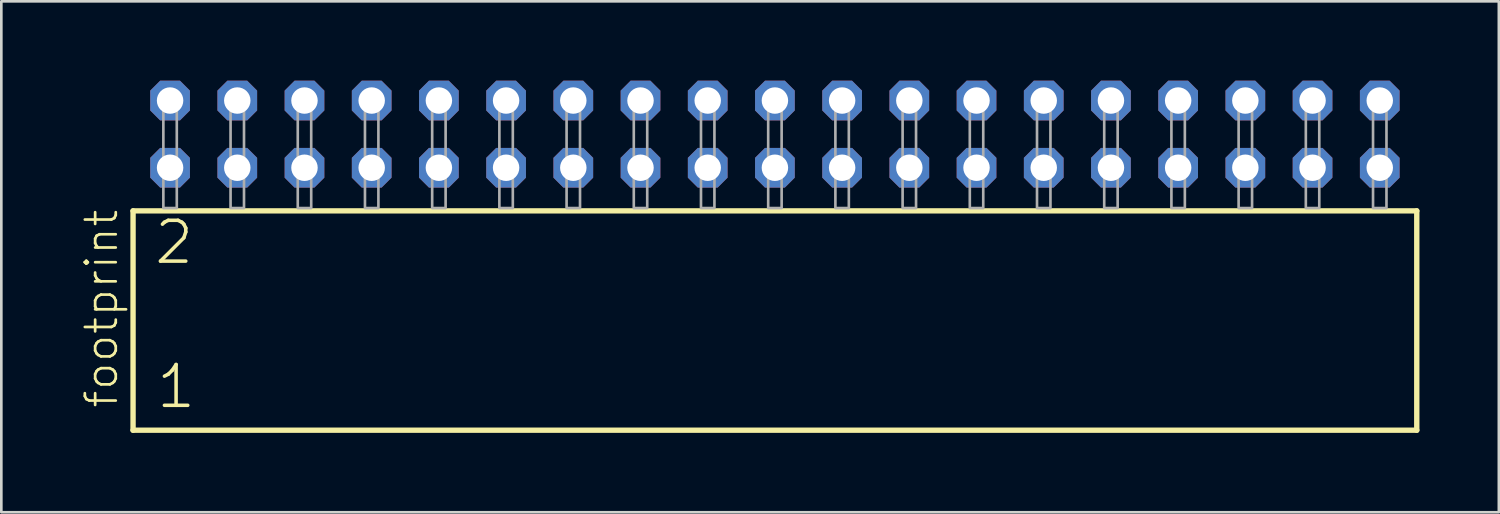
<source format=kicad_pcb>
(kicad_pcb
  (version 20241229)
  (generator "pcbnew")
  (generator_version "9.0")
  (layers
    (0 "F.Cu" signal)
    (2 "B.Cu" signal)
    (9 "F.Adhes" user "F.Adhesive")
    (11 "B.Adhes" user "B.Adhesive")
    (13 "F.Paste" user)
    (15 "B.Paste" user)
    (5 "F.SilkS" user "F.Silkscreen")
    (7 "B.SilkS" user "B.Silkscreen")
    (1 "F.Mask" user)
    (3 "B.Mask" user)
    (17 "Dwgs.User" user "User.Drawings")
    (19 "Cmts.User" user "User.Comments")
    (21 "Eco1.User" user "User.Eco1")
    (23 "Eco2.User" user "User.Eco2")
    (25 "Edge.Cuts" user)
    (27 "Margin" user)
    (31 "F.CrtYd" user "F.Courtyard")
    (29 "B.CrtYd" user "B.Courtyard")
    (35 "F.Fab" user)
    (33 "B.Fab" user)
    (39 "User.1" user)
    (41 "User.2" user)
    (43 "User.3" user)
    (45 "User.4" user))
  (footprint "footprint"
    (layer "F.Cu")
    (at 26.238 4.814)
    (property "Reference" "footprint" (at -24.765 7.62 90) (layer "F.SilkS") (effects (font (size 1.168 1.168) (thickness 0.102)) (justify left bottom)))
    (fp_line (start -24.259 0.106) (end -24.259 8.396) (stroke (width 0.203) (type solid)) (layer "F.SilkS"))
    (fp_line (start -24.259 8.396) (end 24.259 8.396) (stroke (width 0.203) (type solid)) (layer "F.SilkS"))
    (fp_line (start 24.259 0.106) (end -24.259 0.106) (stroke (width 0.203) (type solid)) (layer "F.SilkS"))
    (fp_line (start 24.259 8.396) (end 24.259 0.106) (stroke (width 0.203) (type solid)) (layer "F.SilkS"))
    (fp_poly (pts (xy -23.114 0) (xy -22.606 0) (xy -22.606 -4.318) (xy -23.114 -4.318)) (stroke (width 0.1) (type solid)) (fill no) (layer "F.Fab"))
    (fp_poly (pts (xy -20.574 0) (xy -20.066 0) (xy -20.066 -4.318) (xy -20.574 -4.318)) (stroke (width 0.1) (type solid)) (fill no) (layer "F.Fab"))
    (fp_poly (pts (xy -18.034 0) (xy -17.526 0) (xy -17.526 -4.318) (xy -18.034 -4.318)) (stroke (width 0.1) (type solid)) (fill no) (layer "F.Fab"))
    (fp_poly (pts (xy -15.494 0) (xy -14.986 0) (xy -14.986 -4.318) (xy -15.494 -4.318)) (stroke (width 0.1) (type solid)) (fill no) (layer "F.Fab"))
    (fp_poly (pts (xy -12.954 0) (xy -12.446 0) (xy -12.446 -4.318) (xy -12.954 -4.318)) (stroke (width 0.1) (type solid)) (fill no) (layer "F.Fab"))
    (fp_poly (pts (xy -10.414 0) (xy -9.906 0) (xy -9.906 -4.318) (xy -10.414 -4.318)) (stroke (width 0.1) (type solid)) (fill no) (layer "F.Fab"))
    (fp_poly (pts (xy -7.874 0) (xy -7.366 0) (xy -7.366 -4.318) (xy -7.874 -4.318)) (stroke (width 0.1) (type solid)) (fill no) (layer "F.Fab"))
    (fp_poly (pts (xy -5.334 0) (xy -4.826 0) (xy -4.826 -4.318) (xy -5.334 -4.318)) (stroke (width 0.1) (type solid)) (fill no) (layer "F.Fab"))
    (fp_poly (pts (xy -2.794 0) (xy -2.286 0) (xy -2.286 -4.318) (xy -2.794 -4.318)) (stroke (width 0.1) (type solid)) (fill no) (layer "F.Fab"))
    (fp_poly (pts (xy -0.254 0) (xy 0.254 0) (xy 0.254 -4.318) (xy -0.254 -4.318)) (stroke (width 0.1) (type solid)) (fill no) (layer "F.Fab"))
    (fp_poly (pts (xy 2.286 0) (xy 2.794 0) (xy 2.794 -4.318) (xy 2.286 -4.318)) (stroke (width 0.1) (type solid)) (fill no) (layer "F.Fab"))
    (fp_poly (pts (xy 4.826 0) (xy 5.334 0) (xy 5.334 -4.318) (xy 4.826 -4.318)) (stroke (width 0.1) (type solid)) (fill no) (layer "F.Fab"))
    (fp_poly (pts (xy 7.366 0) (xy 7.874 0) (xy 7.874 -4.318) (xy 7.366 -4.318)) (stroke (width 0.1) (type solid)) (fill no) (layer "F.Fab"))
    (fp_poly (pts (xy 9.906 0) (xy 10.414 0) (xy 10.414 -4.318) (xy 9.906 -4.318)) (stroke (width 0.1) (type solid)) (fill no) (layer "F.Fab"))
    (fp_poly (pts (xy 12.446 0) (xy 12.954 0) (xy 12.954 -4.318) (xy 12.446 -4.318)) (stroke (width 0.1) (type solid)) (fill no) (layer "F.Fab"))
    (fp_poly (pts (xy 14.986 0) (xy 15.494 0) (xy 15.494 -4.318) (xy 14.986 -4.318)) (stroke (width 0.1) (type solid)) (fill no) (layer "F.Fab"))
    (fp_poly (pts (xy 17.526 0) (xy 18.034 0) (xy 18.034 -4.318) (xy 17.526 -4.318)) (stroke (width 0.1) (type solid)) (fill no) (layer "F.Fab"))
    (fp_poly (pts (xy 20.066 0) (xy 20.574 0) (xy 20.574 -4.318) (xy 20.066 -4.318)) (stroke (width 0.1) (type solid)) (fill no) (layer "F.Fab"))
    (fp_poly (pts (xy 22.606 0) (xy 23.114 0) (xy 23.114 -4.318) (xy 22.606 -4.318)) (stroke (width 0.1) (type solid)) (fill no) (layer "F.Fab"))
    (fp_text user "2" (at -23.53 2.2 0) (layer "F.SilkS") (effects (font (size 1.542 1.542) (thickness 0.134)) (justify left bottom)))
    (fp_text user "1" (at -23.455 7.65 0) (layer "F.SilkS") (effects (font (size 1.542 1.542) (thickness 0.134)) (justify left bottom)))
    (pad "1" thru_hole roundrect (at -22.86 -1.524) (size 1.5 1.5) (drill 1) (layers "*.Cu" "*.Mask") (roundrect_rratio 0.25) (chamfer_ratio 0.25) (chamfer top_left top_right bottom_left bottom_right))
    (pad "2" thru_hole roundrect (at -22.86 -4.064) (size 1.5 1.5) (drill 1) (layers "*.Cu" "*.Mask") (roundrect_rratio 0.25) (chamfer_ratio 0.25) (chamfer top_left top_right bottom_left bottom_right))
    (pad "3" thru_hole roundrect (at -20.32 -1.524) (size 1.5 1.5) (drill 1) (layers "*.Cu" "*.Mask") (roundrect_rratio 0.25) (chamfer_ratio 0.25) (chamfer top_left top_right bottom_left bottom_right))
    (pad "4" thru_hole roundrect (at -20.32 -4.064) (size 1.5 1.5) (drill 1) (layers "*.Cu" "*.Mask") (roundrect_rratio 0.25) (chamfer_ratio 0.25) (chamfer top_left top_right bottom_left bottom_right))
    (pad "5" thru_hole roundrect (at -17.78 -1.524) (size 1.5 1.5) (drill 1) (layers "*.Cu" "*.Mask") (roundrect_rratio 0.25) (chamfer_ratio 0.25) (chamfer top_left top_right bottom_left bottom_right))
    (pad "6" thru_hole roundrect (at -17.78 -4.064) (size 1.5 1.5) (drill 1) (layers "*.Cu" "*.Mask") (roundrect_rratio 0.25) (chamfer_ratio 0.25) (chamfer top_left top_right bottom_left bottom_right))
    (pad "7" thru_hole roundrect (at -15.24 -1.524) (size 1.5 1.5) (drill 1) (layers "*.Cu" "*.Mask") (roundrect_rratio 0.25) (chamfer_ratio 0.25) (chamfer top_left top_right bottom_left bottom_right))
    (pad "8" thru_hole roundrect (at -15.24 -4.064) (size 1.5 1.5) (drill 1) (layers "*.Cu" "*.Mask") (roundrect_rratio 0.25) (chamfer_ratio 0.25) (chamfer top_left top_right bottom_left bottom_right))
    (pad "9" thru_hole roundrect (at -12.7 -1.524) (size 1.5 1.5) (drill 1) (layers "*.Cu" "*.Mask") (roundrect_rratio 0.25) (chamfer_ratio 0.25) (chamfer top_left top_right bottom_left bottom_right))
    (pad "10" thru_hole roundrect (at -12.7 -4.064) (size 1.5 1.5) (drill 1) (layers "*.Cu" "*.Mask") (roundrect_rratio 0.25) (chamfer_ratio 0.25) (chamfer top_left top_right bottom_left bottom_right))
    (pad "11" thru_hole roundrect (at -10.16 -1.524) (size 1.5 1.5) (drill 1) (layers "*.Cu" "*.Mask") (roundrect_rratio 0.25) (chamfer_ratio 0.25) (chamfer top_left top_right bottom_left bottom_right))
    (pad "12" thru_hole roundrect (at -10.16 -4.064) (size 1.5 1.5) (drill 1) (layers "*.Cu" "*.Mask") (roundrect_rratio 0.25) (chamfer_ratio 0.25) (chamfer top_left top_right bottom_left bottom_right))
    (pad "13" thru_hole roundrect (at -7.62 -1.524) (size 1.5 1.5) (drill 1) (layers "*.Cu" "*.Mask") (roundrect_rratio 0.25) (chamfer_ratio 0.25) (chamfer top_left top_right bottom_left bottom_right))
    (pad "14" thru_hole roundrect (at -7.62 -4.064) (size 1.5 1.5) (drill 1) (layers "*.Cu" "*.Mask") (roundrect_rratio 0.25) (chamfer_ratio 0.25) (chamfer top_left top_right bottom_left bottom_right))
    (pad "15" thru_hole roundrect (at -5.08 -1.524) (size 1.5 1.5) (drill 1) (layers "*.Cu" "*.Mask") (roundrect_rratio 0.25) (chamfer_ratio 0.25) (chamfer top_left top_right bottom_left bottom_right))
    (pad "16" thru_hole roundrect (at -5.08 -4.064) (size 1.5 1.5) (drill 1) (layers "*.Cu" "*.Mask") (roundrect_rratio 0.25) (chamfer_ratio 0.25) (chamfer top_left top_right bottom_left bottom_right))
    (pad "17" thru_hole roundrect (at -2.54 -1.524) (size 1.5 1.5) (drill 1) (layers "*.Cu" "*.Mask") (roundrect_rratio 0.25) (chamfer_ratio 0.25) (chamfer top_left top_right bottom_left bottom_right))
    (pad "18" thru_hole roundrect (at -2.54 -4.064) (size 1.5 1.5) (drill 1) (layers "*.Cu" "*.Mask") (roundrect_rratio 0.25) (chamfer_ratio 0.25) (chamfer top_left top_right bottom_left bottom_right))
    (pad "19" thru_hole roundrect (at 0 -1.524) (size 1.5 1.5) (drill 1) (layers "*.Cu" "*.Mask") (roundrect_rratio 0.25) (chamfer_ratio 0.25) (chamfer top_left top_right bottom_left bottom_right))
    (pad "20" thru_hole roundrect (at 0 -4.064) (size 1.5 1.5) (drill 1) (layers "*.Cu" "*.Mask") (roundrect_rratio 0.25) (chamfer_ratio 0.25) (chamfer top_left top_right bottom_left bottom_right))
    (pad "21" thru_hole roundrect (at 2.54 -1.524) (size 1.5 1.5) (drill 1) (layers "*.Cu" "*.Mask") (roundrect_rratio 0.25) (chamfer_ratio 0.25) (chamfer top_left top_right bottom_left bottom_right))
    (pad "22" thru_hole roundrect (at 2.54 -4.064) (size 1.5 1.5) (drill 1) (layers "*.Cu" "*.Mask") (roundrect_rratio 0.25) (chamfer_ratio 0.25) (chamfer top_left top_right bottom_left bottom_right))
    (pad "23" thru_hole roundrect (at 5.08 -1.524) (size 1.5 1.5) (drill 1) (layers "*.Cu" "*.Mask") (roundrect_rratio 0.25) (chamfer_ratio 0.25) (chamfer top_left top_right bottom_left bottom_right))
    (pad "24" thru_hole roundrect (at 5.08 -4.064) (size 1.5 1.5) (drill 1) (layers "*.Cu" "*.Mask") (roundrect_rratio 0.25) (chamfer_ratio 0.25) (chamfer top_left top_right bottom_left bottom_right))
    (pad "25" thru_hole roundrect (at 7.62 -1.524) (size 1.5 1.5) (drill 1) (layers "*.Cu" "*.Mask") (roundrect_rratio 0.25) (chamfer_ratio 0.25) (chamfer top_left top_right bottom_left bottom_right))
    (pad "26" thru_hole roundrect (at 7.62 -4.064) (size 1.5 1.5) (drill 1) (layers "*.Cu" "*.Mask") (roundrect_rratio 0.25) (chamfer_ratio 0.25) (chamfer top_left top_right bottom_left bottom_right))
    (pad "27" thru_hole roundrect (at 10.16 -1.524) (size 1.5 1.5) (drill 1) (layers "*.Cu" "*.Mask") (roundrect_rratio 0.25) (chamfer_ratio 0.25) (chamfer top_left top_right bottom_left bottom_right))
    (pad "28" thru_hole roundrect (at 10.16 -4.064) (size 1.5 1.5) (drill 1) (layers "*.Cu" "*.Mask") (roundrect_rratio 0.25) (chamfer_ratio 0.25) (chamfer top_left top_right bottom_left bottom_right))
    (pad "29" thru_hole roundrect (at 12.7 -1.524) (size 1.5 1.5) (drill 1) (layers "*.Cu" "*.Mask") (roundrect_rratio 0.25) (chamfer_ratio 0.25) (chamfer top_left top_right bottom_left bottom_right))
    (pad "30" thru_hole roundrect (at 12.7 -4.064) (size 1.5 1.5) (drill 1) (layers "*.Cu" "*.Mask") (roundrect_rratio 0.25) (chamfer_ratio 0.25) (chamfer top_left top_right bottom_left bottom_right))
    (pad "31" thru_hole roundrect (at 15.24 -1.524) (size 1.5 1.5) (drill 1) (layers "*.Cu" "*.Mask") (roundrect_rratio 0.25) (chamfer_ratio 0.25) (chamfer top_left top_right bottom_left bottom_right))
    (pad "32" thru_hole roundrect (at 15.24 -4.064) (size 1.5 1.5) (drill 1) (layers "*.Cu" "*.Mask") (roundrect_rratio 0.25) (chamfer_ratio 0.25) (chamfer top_left top_right bottom_left bottom_right))
    (pad "33" thru_hole roundrect (at 17.78 -1.524) (size 1.5 1.5) (drill 1) (layers "*.Cu" "*.Mask") (roundrect_rratio 0.25) (chamfer_ratio 0.25) (chamfer top_left top_right bottom_left bottom_right))
    (pad "34" thru_hole roundrect (at 17.78 -4.064) (size 1.5 1.5) (drill 1) (layers "*.Cu" "*.Mask") (roundrect_rratio 0.25) (chamfer_ratio 0.25) (chamfer top_left top_right bottom_left bottom_right))
    (pad "35" thru_hole roundrect (at 20.32 -1.524) (size 1.5 1.5) (drill 1) (layers "*.Cu" "*.Mask") (roundrect_rratio 0.25) (chamfer_ratio 0.25) (chamfer top_left top_right bottom_left bottom_right))
    (pad "36" thru_hole roundrect (at 20.32 -4.064) (size 1.5 1.5) (drill 1) (layers "*.Cu" "*.Mask") (roundrect_rratio 0.25) (chamfer_ratio 0.25) (chamfer top_left top_right bottom_left bottom_right))
    (pad "37" thru_hole roundrect (at 22.86 -1.524) (size 1.5 1.5) (drill 1) (layers "*.Cu" "*.Mask") (roundrect_rratio 0.25) (chamfer_ratio 0.25) (chamfer top_left top_right bottom_left bottom_right))
    (pad "38" thru_hole roundrect (at 22.86 -4.064) (size 1.5 1.5) (drill 1) (layers "*.Cu" "*.Mask") (roundrect_rratio 0.25) (chamfer_ratio 0.25) (chamfer top_left top_right bottom_left bottom_right)))
  (gr_rect
    (start -3 -3)
    (end 53.599 16.312)
    (stroke (width 0.1) (type default))
    (fill no)
    (layer "Edge.Cuts")))
</source>
